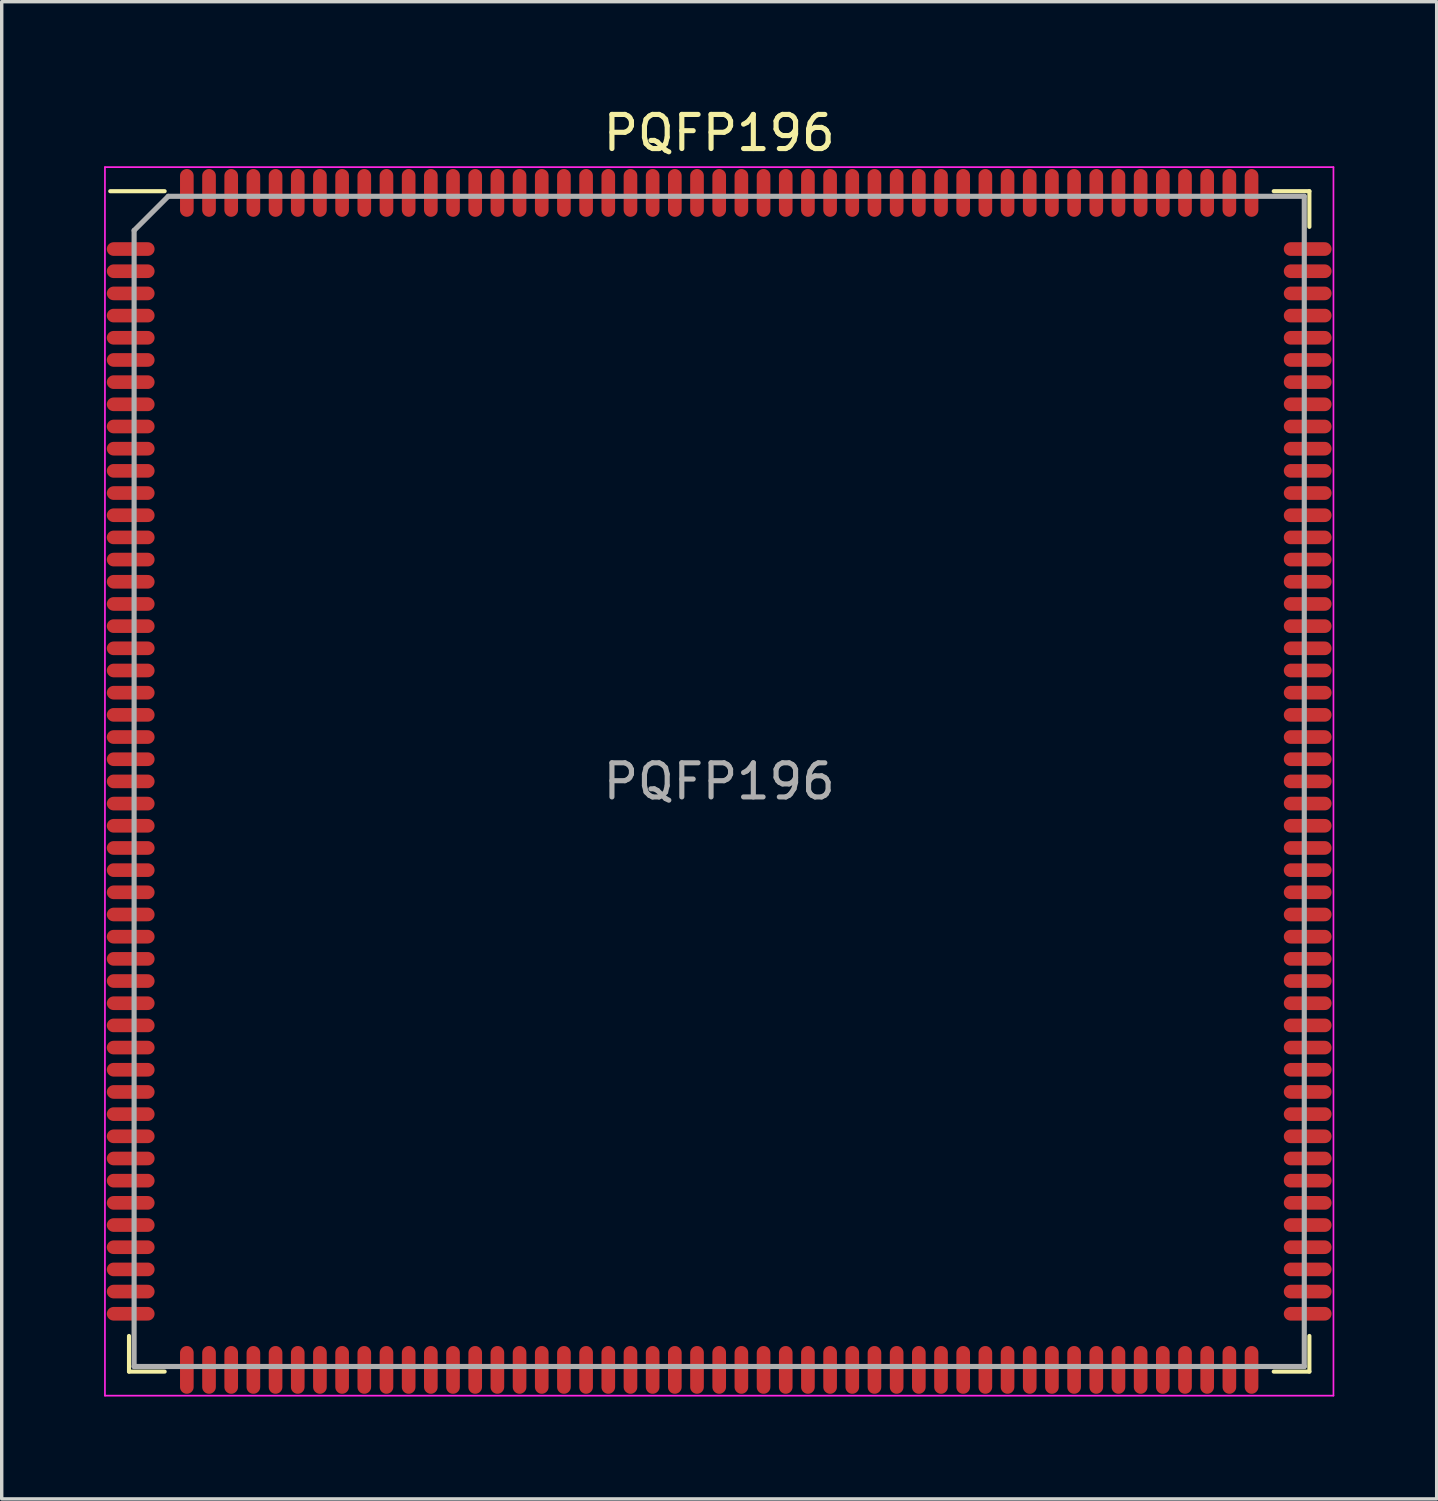
<source format=kicad_pcb>
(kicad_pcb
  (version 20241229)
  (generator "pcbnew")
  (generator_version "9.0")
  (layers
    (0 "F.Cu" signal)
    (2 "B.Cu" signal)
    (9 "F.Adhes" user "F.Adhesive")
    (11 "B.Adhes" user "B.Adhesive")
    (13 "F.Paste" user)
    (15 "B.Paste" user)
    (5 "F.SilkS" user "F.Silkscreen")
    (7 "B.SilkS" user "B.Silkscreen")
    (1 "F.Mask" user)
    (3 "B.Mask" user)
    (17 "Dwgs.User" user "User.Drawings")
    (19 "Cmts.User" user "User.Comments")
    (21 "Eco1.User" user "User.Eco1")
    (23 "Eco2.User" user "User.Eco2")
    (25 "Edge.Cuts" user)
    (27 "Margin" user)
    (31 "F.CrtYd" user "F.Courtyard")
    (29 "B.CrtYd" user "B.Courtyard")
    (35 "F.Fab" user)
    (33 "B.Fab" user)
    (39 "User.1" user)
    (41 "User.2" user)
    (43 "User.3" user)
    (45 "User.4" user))
  (footprint "PQFP196"
    (layer "F.Cu")
    (at 18.025 19.848)
    (property "Reference" "PQFP196" (at 0 -19 0) (layer "F.SilkS") (effects (font (size 1 1) (thickness 0.15))))
    (attr smd)
    (fp_line (start -17.295 17.295) (end -17.295 16.25) (stroke (width 0.12) (type default)) (layer "F.SilkS"))
    (fp_line (start -16.25 -17.295) (end -17.845 -17.295) (stroke (width 0.12) (type default)) (layer "F.SilkS"))
    (fp_line (start -16.25 17.295) (end -17.295 17.295) (stroke (width 0.12) (type default)) (layer "F.SilkS"))
    (fp_line (start 16.25 -17.295) (end 17.295 -17.295) (stroke (width 0.12) (type default)) (layer "F.SilkS"))
    (fp_line (start 16.25 17.295) (end 17.295 17.295) (stroke (width 0.12) (type default)) (layer "F.SilkS"))
    (fp_line (start 17.295 -17.295) (end 17.295 -16.25) (stroke (width 0.12) (type default)) (layer "F.SilkS"))
    (fp_line (start 17.295 17.295) (end 17.295 16.25) (stroke (width 0.12) (type default)) (layer "F.SilkS"))
    (fp_line (start -18 -18) (end 18 -18) (stroke (width 0.05) (type default)) (layer "F.CrtYd"))
    (fp_line (start -18 18) (end -18 -18) (stroke (width 0.05) (type default)) (layer "F.CrtYd"))
    (fp_line (start 18 -18) (end 18 18) (stroke (width 0.05) (type default)) (layer "F.CrtYd"))
    (fp_line (start 18 18) (end -18 18) (stroke (width 0.05) (type default)) (layer "F.CrtYd"))
    (fp_line (start -17.145 -16.145) (end -17.145 17.145) (stroke (width 0.15) (type default)) (layer "F.Fab"))
    (fp_line (start -17.145 17.145) (end 17.145 17.145) (stroke (width 0.15) (type default)) (layer "F.Fab"))
    (fp_line (start -16.145 -17.145) (end -17.145 -16.145) (stroke (width 0.15) (type default)) (layer "F.Fab"))
    (fp_line (start 17.145 -17.145) (end -16.145 -17.145) (stroke (width 0.15) (type default)) (layer "F.Fab"))
    (fp_line (start 17.145 17.145) (end 17.145 -17.145) (stroke (width 0.15) (type default)) (layer "F.Fab"))
    (fp_text user "${REFERENCE}" (at 0 0 0) (layer "F.Fab") (effects (font (size 1 1) (thickness 0.15))))
    (pad "1" smd oval (at -17.245 -15.6 90) (size 0.4 1.4) (layers "F.Cu" "F.Mask" "F.Paste"))
    (pad "2" smd oval (at -17.245 -14.95 90) (size 0.4 1.4) (layers "F.Cu" "F.Mask" "F.Paste"))
    (pad "3" smd oval (at -17.245 -14.3 90) (size 0.4 1.4) (layers "F.Cu" "F.Mask" "F.Paste"))
    (pad "4" smd oval (at -17.245 -13.65 90) (size 0.4 1.4) (layers "F.Cu" "F.Mask" "F.Paste"))
    (pad "5" smd oval (at -17.245 -13 90) (size 0.4 1.4) (layers "F.Cu" "F.Mask" "F.Paste"))
    (pad "6" smd oval (at -17.245 -12.35 90) (size 0.4 1.4) (layers "F.Cu" "F.Mask" "F.Paste"))
    (pad "7" smd oval (at -17.245 -11.7 90) (size 0.4 1.4) (layers "F.Cu" "F.Mask" "F.Paste"))
    (pad "8" smd oval (at -17.245 -11.05 90) (size 0.4 1.4) (layers "F.Cu" "F.Mask" "F.Paste"))
    (pad "9" smd oval (at -17.245 -10.4 90) (size 0.4 1.4) (layers "F.Cu" "F.Mask" "F.Paste"))
    (pad "10" smd oval (at -17.245 -9.75 90) (size 0.4 1.4) (layers "F.Cu" "F.Mask" "F.Paste"))
    (pad "11" smd oval (at -17.245 -9.1 90) (size 0.4 1.4) (layers "F.Cu" "F.Mask" "F.Paste"))
    (pad "12" smd oval (at -17.245 -8.45 90) (size 0.4 1.4) (layers "F.Cu" "F.Mask" "F.Paste"))
    (pad "13" smd oval (at -17.245 -7.8 90) (size 0.4 1.4) (layers "F.Cu" "F.Mask" "F.Paste"))
    (pad "14" smd oval (at -17.245 -7.15 90) (size 0.4 1.4) (layers "F.Cu" "F.Mask" "F.Paste"))
    (pad "15" smd oval (at -17.245 -6.5 90) (size 0.4 1.4) (layers "F.Cu" "F.Mask" "F.Paste"))
    (pad "16" smd oval (at -17.245 -5.85 90) (size 0.4 1.4) (layers "F.Cu" "F.Mask" "F.Paste"))
    (pad "17" smd oval (at -17.245 -5.2 90) (size 0.4 1.4) (layers "F.Cu" "F.Mask" "F.Paste"))
    (pad "18" smd oval (at -17.245 -4.55 90) (size 0.4 1.4) (layers "F.Cu" "F.Mask" "F.Paste"))
    (pad "19" smd oval (at -17.245 -3.9 90) (size 0.4 1.4) (layers "F.Cu" "F.Mask" "F.Paste"))
    (pad "20" smd oval (at -17.245 -3.25 90) (size 0.4 1.4) (layers "F.Cu" "F.Mask" "F.Paste"))
    (pad "21" smd oval (at -17.245 -2.6 90) (size 0.4 1.4) (layers "F.Cu" "F.Mask" "F.Paste"))
    (pad "22" smd oval (at -17.245 -1.95 90) (size 0.4 1.4) (layers "F.Cu" "F.Mask" "F.Paste"))
    (pad "23" smd oval (at -17.245 -1.3 90) (size 0.4 1.4) (layers "F.Cu" "F.Mask" "F.Paste"))
    (pad "24" smd oval (at -17.245 -0.65 90) (size 0.4 1.4) (layers "F.Cu" "F.Mask" "F.Paste"))
    (pad "25" smd oval (at -17.245 0 90) (size 0.4 1.4) (layers "F.Cu" "F.Mask" "F.Paste"))
    (pad "26" smd oval (at -17.245 0.65 90) (size 0.4 1.4) (layers "F.Cu" "F.Mask" "F.Paste"))
    (pad "27" smd oval (at -17.245 1.3 90) (size 0.4 1.4) (layers "F.Cu" "F.Mask" "F.Paste"))
    (pad "28" smd oval (at -17.245 1.95 90) (size 0.4 1.4) (layers "F.Cu" "F.Mask" "F.Paste"))
    (pad "29" smd oval (at -17.245 2.6 90) (size 0.4 1.4) (layers "F.Cu" "F.Mask" "F.Paste"))
    (pad "30" smd oval (at -17.245 3.25 90) (size 0.4 1.4) (layers "F.Cu" "F.Mask" "F.Paste"))
    (pad "31" smd oval (at -17.245 3.9 90) (size 0.4 1.4) (layers "F.Cu" "F.Mask" "F.Paste"))
    (pad "32" smd oval (at -17.245 4.55 90) (size 0.4 1.4) (layers "F.Cu" "F.Mask" "F.Paste"))
    (pad "33" smd oval (at -17.245 5.2 90) (size 0.4 1.4) (layers "F.Cu" "F.Mask" "F.Paste"))
    (pad "34" smd oval (at -17.245 5.85 90) (size 0.4 1.4) (layers "F.Cu" "F.Mask" "F.Paste"))
    (pad "35" smd oval (at -17.245 6.5 90) (size 0.4 1.4) (layers "F.Cu" "F.Mask" "F.Paste"))
    (pad "36" smd oval (at -17.245 7.15 90) (size 0.4 1.4) (layers "F.Cu" "F.Mask" "F.Paste"))
    (pad "37" smd oval (at -17.245 7.8 90) (size 0.4 1.4) (layers "F.Cu" "F.Mask" "F.Paste"))
    (pad "38" smd oval (at -17.245 8.45 90) (size 0.4 1.4) (layers "F.Cu" "F.Mask" "F.Paste"))
    (pad "39" smd oval (at -17.245 9.1 90) (size 0.4 1.4) (layers "F.Cu" "F.Mask" "F.Paste"))
    (pad "40" smd oval (at -17.245 9.75 90) (size 0.4 1.4) (layers "F.Cu" "F.Mask" "F.Paste"))
    (pad "41" smd oval (at -17.245 10.4 90) (size 0.4 1.4) (layers "F.Cu" "F.Mask" "F.Paste"))
    (pad "42" smd oval (at -17.245 11.05 90) (size 0.4 1.4) (layers "F.Cu" "F.Mask" "F.Paste"))
    (pad "43" smd oval (at -17.245 11.7 90) (size 0.4 1.4) (layers "F.Cu" "F.Mask" "F.Paste"))
    (pad "44" smd oval (at -17.245 12.35 90) (size 0.4 1.4) (layers "F.Cu" "F.Mask" "F.Paste"))
    (pad "45" smd oval (at -17.245 13 90) (size 0.4 1.4) (layers "F.Cu" "F.Mask" "F.Paste"))
    (pad "46" smd oval (at -17.245 13.65 90) (size 0.4 1.4) (layers "F.Cu" "F.Mask" "F.Paste"))
    (pad "47" smd oval (at -17.245 14.3 90) (size 0.4 1.4) (layers "F.Cu" "F.Mask" "F.Paste"))
    (pad "48" smd oval (at -17.245 14.95 90) (size 0.4 1.4) (layers "F.Cu" "F.Mask" "F.Paste"))
    (pad "49" smd oval (at -17.245 15.6 90) (size 0.4 1.4) (layers "F.Cu" "F.Mask" "F.Paste"))
    (pad "50" smd oval (at -15.6 17.245) (size 0.4 1.4) (layers "F.Cu" "F.Mask" "F.Paste"))
    (pad "51" smd oval (at -14.95 17.245) (size 0.4 1.4) (layers "F.Cu" "F.Mask" "F.Paste"))
    (pad "52" smd oval (at -14.3 17.245) (size 0.4 1.4) (layers "F.Cu" "F.Mask" "F.Paste"))
    (pad "53" smd oval (at -13.65 17.245) (size 0.4 1.4) (layers "F.Cu" "F.Mask" "F.Paste"))
    (pad "54" smd oval (at -13 17.245) (size 0.4 1.4) (layers "F.Cu" "F.Mask" "F.Paste"))
    (pad "55" smd oval (at -12.35 17.245) (size 0.4 1.4) (layers "F.Cu" "F.Mask" "F.Paste"))
    (pad "56" smd oval (at -11.7 17.245) (size 0.4 1.4) (layers "F.Cu" "F.Mask" "F.Paste"))
    (pad "57" smd oval (at -11.05 17.245) (size 0.4 1.4) (layers "F.Cu" "F.Mask" "F.Paste"))
    (pad "58" smd oval (at -10.4 17.245) (size 0.4 1.4) (layers "F.Cu" "F.Mask" "F.Paste"))
    (pad "59" smd oval (at -9.75 17.245) (size 0.4 1.4) (layers "F.Cu" "F.Mask" "F.Paste"))
    (pad "60" smd oval (at -9.1 17.245) (size 0.4 1.4) (layers "F.Cu" "F.Mask" "F.Paste"))
    (pad "61" smd oval (at -8.45 17.245) (size 0.4 1.4) (layers "F.Cu" "F.Mask" "F.Paste"))
    (pad "62" smd oval (at -7.8 17.245) (size 0.4 1.4) (layers "F.Cu" "F.Mask" "F.Paste"))
    (pad "63" smd oval (at -7.15 17.245) (size 0.4 1.4) (layers "F.Cu" "F.Mask" "F.Paste"))
    (pad "64" smd oval (at -6.5 17.245) (size 0.4 1.4) (layers "F.Cu" "F.Mask" "F.Paste"))
    (pad "65" smd oval (at -5.85 17.245) (size 0.4 1.4) (layers "F.Cu" "F.Mask" "F.Paste"))
    (pad "66" smd oval (at -5.2 17.245) (size 0.4 1.4) (layers "F.Cu" "F.Mask" "F.Paste"))
    (pad "67" smd oval (at -4.55 17.245) (size 0.4 1.4) (layers "F.Cu" "F.Mask" "F.Paste"))
    (pad "68" smd oval (at -3.9 17.245) (size 0.4 1.4) (layers "F.Cu" "F.Mask" "F.Paste"))
    (pad "69" smd oval (at -3.25 17.245) (size 0.4 1.4) (layers "F.Cu" "F.Mask" "F.Paste"))
    (pad "70" smd oval (at -2.6 17.245) (size 0.4 1.4) (layers "F.Cu" "F.Mask" "F.Paste"))
    (pad "71" smd oval (at -1.95 17.245) (size 0.4 1.4) (layers "F.Cu" "F.Mask" "F.Paste"))
    (pad "72" smd oval (at -1.3 17.245) (size 0.4 1.4) (layers "F.Cu" "F.Mask" "F.Paste"))
    (pad "73" smd oval (at -0.65 17.245) (size 0.4 1.4) (layers "F.Cu" "F.Mask" "F.Paste"))
    (pad "74" smd oval (at 0 17.245) (size 0.4 1.4) (layers "F.Cu" "F.Mask" "F.Paste"))
    (pad "75" smd oval (at 0.65 17.245) (size 0.4 1.4) (layers "F.Cu" "F.Mask" "F.Paste"))
    (pad "76" smd oval (at 1.3 17.245) (size 0.4 1.4) (layers "F.Cu" "F.Mask" "F.Paste"))
    (pad "77" smd oval (at 1.95 17.245) (size 0.4 1.4) (layers "F.Cu" "F.Mask" "F.Paste"))
    (pad "78" smd oval (at 2.6 17.245) (size 0.4 1.4) (layers "F.Cu" "F.Mask" "F.Paste"))
    (pad "79" smd oval (at 3.25 17.245) (size 0.4 1.4) (layers "F.Cu" "F.Mask" "F.Paste"))
    (pad "80" smd oval (at 3.9 17.245) (size 0.4 1.4) (layers "F.Cu" "F.Mask" "F.Paste"))
    (pad "81" smd oval (at 4.55 17.245) (size 0.4 1.4) (layers "F.Cu" "F.Mask" "F.Paste"))
    (pad "82" smd oval (at 5.2 17.245) (size 0.4 1.4) (layers "F.Cu" "F.Mask" "F.Paste"))
    (pad "83" smd oval (at 5.85 17.245) (size 0.4 1.4) (layers "F.Cu" "F.Mask" "F.Paste"))
    (pad "84" smd oval (at 6.5 17.245) (size 0.4 1.4) (layers "F.Cu" "F.Mask" "F.Paste"))
    (pad "85" smd oval (at 7.15 17.245) (size 0.4 1.4) (layers "F.Cu" "F.Mask" "F.Paste"))
    (pad "86" smd oval (at 7.8 17.245) (size 0.4 1.4) (layers "F.Cu" "F.Mask" "F.Paste"))
    (pad "87" smd oval (at 8.45 17.245) (size 0.4 1.4) (layers "F.Cu" "F.Mask" "F.Paste"))
    (pad "88" smd oval (at 9.1 17.245) (size 0.4 1.4) (layers "F.Cu" "F.Mask" "F.Paste"))
    (pad "89" smd oval (at 9.75 17.245) (size 0.4 1.4) (layers "F.Cu" "F.Mask" "F.Paste"))
    (pad "90" smd oval (at 10.4 17.245) (size 0.4 1.4) (layers "F.Cu" "F.Mask" "F.Paste"))
    (pad "91" smd oval (at 11.05 17.245) (size 0.4 1.4) (layers "F.Cu" "F.Mask" "F.Paste"))
    (pad "92" smd oval (at 11.7 17.245) (size 0.4 1.4) (layers "F.Cu" "F.Mask" "F.Paste"))
    (pad "93" smd oval (at 12.35 17.245) (size 0.4 1.4) (layers "F.Cu" "F.Mask" "F.Paste"))
    (pad "94" smd oval (at 13 17.245) (size 0.4 1.4) (layers "F.Cu" "F.Mask" "F.Paste"))
    (pad "95" smd oval (at 13.65 17.245) (size 0.4 1.4) (layers "F.Cu" "F.Mask" "F.Paste"))
    (pad "96" smd oval (at 14.3 17.245) (size 0.4 1.4) (layers "F.Cu" "F.Mask" "F.Paste"))
    (pad "97" smd oval (at 14.95 17.245) (size 0.4 1.4) (layers "F.Cu" "F.Mask" "F.Paste"))
    (pad "98" smd oval (at 15.6 17.245) (size 0.4 1.4) (layers "F.Cu" "F.Mask" "F.Paste"))
    (pad "99" smd oval (at 17.245 15.6 90) (size 0.4 1.4) (layers "F.Cu" "F.Mask" "F.Paste"))
    (pad "100" smd oval (at 17.245 14.95 90) (size 0.4 1.4) (layers "F.Cu" "F.Mask" "F.Paste"))
    (pad "101" smd oval (at 17.245 14.3 90) (size 0.4 1.4) (layers "F.Cu" "F.Mask" "F.Paste"))
    (pad "102" smd oval (at 17.245 13.65 90) (size 0.4 1.4) (layers "F.Cu" "F.Mask" "F.Paste"))
    (pad "103" smd oval (at 17.245 13 90) (size 0.4 1.4) (layers "F.Cu" "F.Mask" "F.Paste"))
    (pad "104" smd oval (at 17.245 12.35 90) (size 0.4 1.4) (layers "F.Cu" "F.Mask" "F.Paste"))
    (pad "105" smd oval (at 17.245 11.7 90) (size 0.4 1.4) (layers "F.Cu" "F.Mask" "F.Paste"))
    (pad "106" smd oval (at 17.245 11.05 90) (size 0.4 1.4) (layers "F.Cu" "F.Mask" "F.Paste"))
    (pad "107" smd oval (at 17.245 10.4 90) (size 0.4 1.4) (layers "F.Cu" "F.Mask" "F.Paste"))
    (pad "108" smd oval (at 17.245 9.75 90) (size 0.4 1.4) (layers "F.Cu" "F.Mask" "F.Paste"))
    (pad "109" smd oval (at 17.245 9.1 90) (size 0.4 1.4) (layers "F.Cu" "F.Mask" "F.Paste"))
    (pad "110" smd oval (at 17.245 8.45 90) (size 0.4 1.4) (layers "F.Cu" "F.Mask" "F.Paste"))
    (pad "111" smd oval (at 17.245 7.8 90) (size 0.4 1.4) (layers "F.Cu" "F.Mask" "F.Paste"))
    (pad "112" smd oval (at 17.245 7.15 90) (size 0.4 1.4) (layers "F.Cu" "F.Mask" "F.Paste"))
    (pad "113" smd oval (at 17.245 6.5 90) (size 0.4 1.4) (layers "F.Cu" "F.Mask" "F.Paste"))
    (pad "114" smd oval (at 17.245 5.85 90) (size 0.4 1.4) (layers "F.Cu" "F.Mask" "F.Paste"))
    (pad "115" smd oval (at 17.245 5.2 90) (size 0.4 1.4) (layers "F.Cu" "F.Mask" "F.Paste"))
    (pad "116" smd oval (at 17.245 4.55 90) (size 0.4 1.4) (layers "F.Cu" "F.Mask" "F.Paste"))
    (pad "117" smd oval (at 17.245 3.9 90) (size 0.4 1.4) (layers "F.Cu" "F.Mask" "F.Paste"))
    (pad "118" smd oval (at 17.245 3.25 90) (size 0.4 1.4) (layers "F.Cu" "F.Mask" "F.Paste"))
    (pad "119" smd oval (at 17.245 2.6 90) (size 0.4 1.4) (layers "F.Cu" "F.Mask" "F.Paste"))
    (pad "120" smd oval (at 17.245 1.95 90) (size 0.4 1.4) (layers "F.Cu" "F.Mask" "F.Paste"))
    (pad "121" smd oval (at 17.245 1.3 90) (size 0.4 1.4) (layers "F.Cu" "F.Mask" "F.Paste"))
    (pad "122" smd oval (at 17.245 0.65 90) (size 0.4 1.4) (layers "F.Cu" "F.Mask" "F.Paste"))
    (pad "123" smd oval (at 17.245 0 90) (size 0.4 1.4) (layers "F.Cu" "F.Mask" "F.Paste"))
    (pad "124" smd oval (at 17.245 -0.65 90) (size 0.4 1.4) (layers "F.Cu" "F.Mask" "F.Paste"))
    (pad "125" smd oval (at 17.245 -1.3 90) (size 0.4 1.4) (layers "F.Cu" "F.Mask" "F.Paste"))
    (pad "126" smd oval (at 17.245 -1.95 90) (size 0.4 1.4) (layers "F.Cu" "F.Mask" "F.Paste"))
    (pad "127" smd oval (at 17.245 -2.6 90) (size 0.4 1.4) (layers "F.Cu" "F.Mask" "F.Paste"))
    (pad "128" smd oval (at 17.245 -3.25 90) (size 0.4 1.4) (layers "F.Cu" "F.Mask" "F.Paste"))
    (pad "129" smd oval (at 17.245 -3.9 90) (size 0.4 1.4) (layers "F.Cu" "F.Mask" "F.Paste"))
    (pad "130" smd oval (at 17.245 -4.55 90) (size 0.4 1.4) (layers "F.Cu" "F.Mask" "F.Paste"))
    (pad "131" smd oval (at 17.245 -5.2 90) (size 0.4 1.4) (layers "F.Cu" "F.Mask" "F.Paste"))
    (pad "132" smd oval (at 17.245 -5.85 90) (size 0.4 1.4) (layers "F.Cu" "F.Mask" "F.Paste"))
    (pad "133" smd oval (at 17.245 -6.5 90) (size 0.4 1.4) (layers "F.Cu" "F.Mask" "F.Paste"))
    (pad "134" smd oval (at 17.245 -7.15 90) (size 0.4 1.4) (layers "F.Cu" "F.Mask" "F.Paste"))
    (pad "135" smd oval (at 17.245 -7.8 90) (size 0.4 1.4) (layers "F.Cu" "F.Mask" "F.Paste"))
    (pad "136" smd oval (at 17.245 -8.45 90) (size 0.4 1.4) (layers "F.Cu" "F.Mask" "F.Paste"))
    (pad "137" smd oval (at 17.245 -9.1 90) (size 0.4 1.4) (layers "F.Cu" "F.Mask" "F.Paste"))
    (pad "138" smd oval (at 17.245 -9.75 90) (size 0.4 1.4) (layers "F.Cu" "F.Mask" "F.Paste"))
    (pad "139" smd oval (at 17.245 -10.4 90) (size 0.4 1.4) (layers "F.Cu" "F.Mask" "F.Paste"))
    (pad "140" smd oval (at 17.245 -11.05 90) (size 0.4 1.4) (layers "F.Cu" "F.Mask" "F.Paste"))
    (pad "141" smd oval (at 17.245 -11.7 90) (size 0.4 1.4) (layers "F.Cu" "F.Mask" "F.Paste"))
    (pad "142" smd oval (at 17.245 -12.35 90) (size 0.4 1.4) (layers "F.Cu" "F.Mask" "F.Paste"))
    (pad "143" smd oval (at 17.245 -13 90) (size 0.4 1.4) (layers "F.Cu" "F.Mask" "F.Paste"))
    (pad "144" smd oval (at 17.245 -13.65 90) (size 0.4 1.4) (layers "F.Cu" "F.Mask" "F.Paste"))
    (pad "145" smd oval (at 17.245 -14.3 90) (size 0.4 1.4) (layers "F.Cu" "F.Mask" "F.Paste"))
    (pad "146" smd oval (at 17.245 -14.95 90) (size 0.4 1.4) (layers "F.Cu" "F.Mask" "F.Paste"))
    (pad "147" smd oval (at 17.245 -15.6 90) (size 0.4 1.4) (layers "F.Cu" "F.Mask" "F.Paste"))
    (pad "148" smd oval (at 15.6 -17.245) (size 0.4 1.4) (layers "F.Cu" "F.Mask" "F.Paste"))
    (pad "149" smd oval (at 14.95 -17.245) (size 0.4 1.4) (layers "F.Cu" "F.Mask" "F.Paste"))
    (pad "150" smd oval (at 14.3 -17.245) (size 0.4 1.4) (layers "F.Cu" "F.Mask" "F.Paste"))
    (pad "151" smd oval (at 13.65 -17.245) (size 0.4 1.4) (layers "F.Cu" "F.Mask" "F.Paste"))
    (pad "152" smd oval (at 13 -17.245) (size 0.4 1.4) (layers "F.Cu" "F.Mask" "F.Paste"))
    (pad "153" smd oval (at 12.35 -17.245) (size 0.4 1.4) (layers "F.Cu" "F.Mask" "F.Paste"))
    (pad "154" smd oval (at 11.7 -17.245) (size 0.4 1.4) (layers "F.Cu" "F.Mask" "F.Paste"))
    (pad "155" smd oval (at 11.05 -17.245) (size 0.4 1.4) (layers "F.Cu" "F.Mask" "F.Paste"))
    (pad "156" smd oval (at 10.4 -17.245) (size 0.4 1.4) (layers "F.Cu" "F.Mask" "F.Paste"))
    (pad "157" smd oval (at 9.75 -17.245) (size 0.4 1.4) (layers "F.Cu" "F.Mask" "F.Paste"))
    (pad "158" smd oval (at 9.1 -17.245) (size 0.4 1.4) (layers "F.Cu" "F.Mask" "F.Paste"))
    (pad "159" smd oval (at 8.45 -17.245) (size 0.4 1.4) (layers "F.Cu" "F.Mask" "F.Paste"))
    (pad "160" smd oval (at 7.8 -17.245) (size 0.4 1.4) (layers "F.Cu" "F.Mask" "F.Paste"))
    (pad "161" smd oval (at 7.15 -17.245) (size 0.4 1.4) (layers "F.Cu" "F.Mask" "F.Paste"))
    (pad "162" smd oval (at 6.5 -17.245) (size 0.4 1.4) (layers "F.Cu" "F.Mask" "F.Paste"))
    (pad "163" smd oval (at 5.85 -17.245) (size 0.4 1.4) (layers "F.Cu" "F.Mask" "F.Paste"))
    (pad "164" smd oval (at 5.2 -17.245) (size 0.4 1.4) (layers "F.Cu" "F.Mask" "F.Paste"))
    (pad "165" smd oval (at 4.55 -17.245) (size 0.4 1.4) (layers "F.Cu" "F.Mask" "F.Paste"))
    (pad "166" smd oval (at 3.9 -17.245) (size 0.4 1.4) (layers "F.Cu" "F.Mask" "F.Paste"))
    (pad "167" smd oval (at 3.25 -17.245) (size 0.4 1.4) (layers "F.Cu" "F.Mask" "F.Paste"))
    (pad "168" smd oval (at 2.6 -17.245) (size 0.4 1.4) (layers "F.Cu" "F.Mask" "F.Paste"))
    (pad "169" smd oval (at 1.95 -17.245) (size 0.4 1.4) (layers "F.Cu" "F.Mask" "F.Paste"))
    (pad "170" smd oval (at 1.3 -17.245) (size 0.4 1.4) (layers "F.Cu" "F.Mask" "F.Paste"))
    (pad "171" smd oval (at 0.65 -17.245) (size 0.4 1.4) (layers "F.Cu" "F.Mask" "F.Paste"))
    (pad "172" smd oval (at 0 -17.245) (size 0.4 1.4) (layers "F.Cu" "F.Mask" "F.Paste"))
    (pad "173" smd oval (at -0.65 -17.245) (size 0.4 1.4) (layers "F.Cu" "F.Mask" "F.Paste"))
    (pad "174" smd oval (at -1.3 -17.245) (size 0.4 1.4) (layers "F.Cu" "F.Mask" "F.Paste"))
    (pad "175" smd oval (at -1.95 -17.245) (size 0.4 1.4) (layers "F.Cu" "F.Mask" "F.Paste"))
    (pad "176" smd oval (at -2.6 -17.245) (size 0.4 1.4) (layers "F.Cu" "F.Mask" "F.Paste"))
    (pad "177" smd oval (at -3.25 -17.245) (size 0.4 1.4) (layers "F.Cu" "F.Mask" "F.Paste"))
    (pad "178" smd oval (at -3.9 -17.245) (size 0.4 1.4) (layers "F.Cu" "F.Mask" "F.Paste"))
    (pad "179" smd oval (at -4.55 -17.245) (size 0.4 1.4) (layers "F.Cu" "F.Mask" "F.Paste"))
    (pad "180" smd oval (at -5.2 -17.245) (size 0.4 1.4) (layers "F.Cu" "F.Mask" "F.Paste"))
    (pad "181" smd oval (at -5.85 -17.245) (size 0.4 1.4) (layers "F.Cu" "F.Mask" "F.Paste"))
    (pad "182" smd oval (at -6.5 -17.245) (size 0.4 1.4) (layers "F.Cu" "F.Mask" "F.Paste"))
    (pad "183" smd oval (at -7.15 -17.245) (size 0.4 1.4) (layers "F.Cu" "F.Mask" "F.Paste"))
    (pad "184" smd oval (at -7.8 -17.245) (size 0.4 1.4) (layers "F.Cu" "F.Mask" "F.Paste"))
    (pad "185" smd oval (at -8.45 -17.245) (size 0.4 1.4) (layers "F.Cu" "F.Mask" "F.Paste"))
    (pad "186" smd oval (at -9.1 -17.245) (size 0.4 1.4) (layers "F.Cu" "F.Mask" "F.Paste"))
    (pad "187" smd oval (at -9.75 -17.245) (size 0.4 1.4) (layers "F.Cu" "F.Mask" "F.Paste"))
    (pad "188" smd oval (at -10.4 -17.245) (size 0.4 1.4) (layers "F.Cu" "F.Mask" "F.Paste"))
    (pad "189" smd oval (at -11.05 -17.245) (size 0.4 1.4) (layers "F.Cu" "F.Mask" "F.Paste"))
    (pad "190" smd oval (at -11.7 -17.245) (size 0.4 1.4) (layers "F.Cu" "F.Mask" "F.Paste"))
    (pad "191" smd oval (at -12.35 -17.245) (size 0.4 1.4) (layers "F.Cu" "F.Mask" "F.Paste"))
    (pad "192" smd oval (at -13 -17.245) (size 0.4 1.4) (layers "F.Cu" "F.Mask" "F.Paste"))
    (pad "193" smd oval (at -13.65 -17.245) (size 0.4 1.4) (layers "F.Cu" "F.Mask" "F.Paste"))
    (pad "194" smd oval (at -14.3 -17.245) (size 0.4 1.4) (layers "F.Cu" "F.Mask" "F.Paste"))
    (pad "195" smd oval (at -14.95 -17.245) (size 0.4 1.4) (layers "F.Cu" "F.Mask" "F.Paste"))
    (pad "196" smd oval (at -15.6 -17.245) (size 0.4 1.4) (layers "F.Cu" "F.Mask" "F.Paste")))
  (gr_rect
    (start -3 -3)
    (end 39.05 40.873)
    (stroke (width 0.1) (type default))
    (fill no)
    (layer "Edge.Cuts")))
</source>
